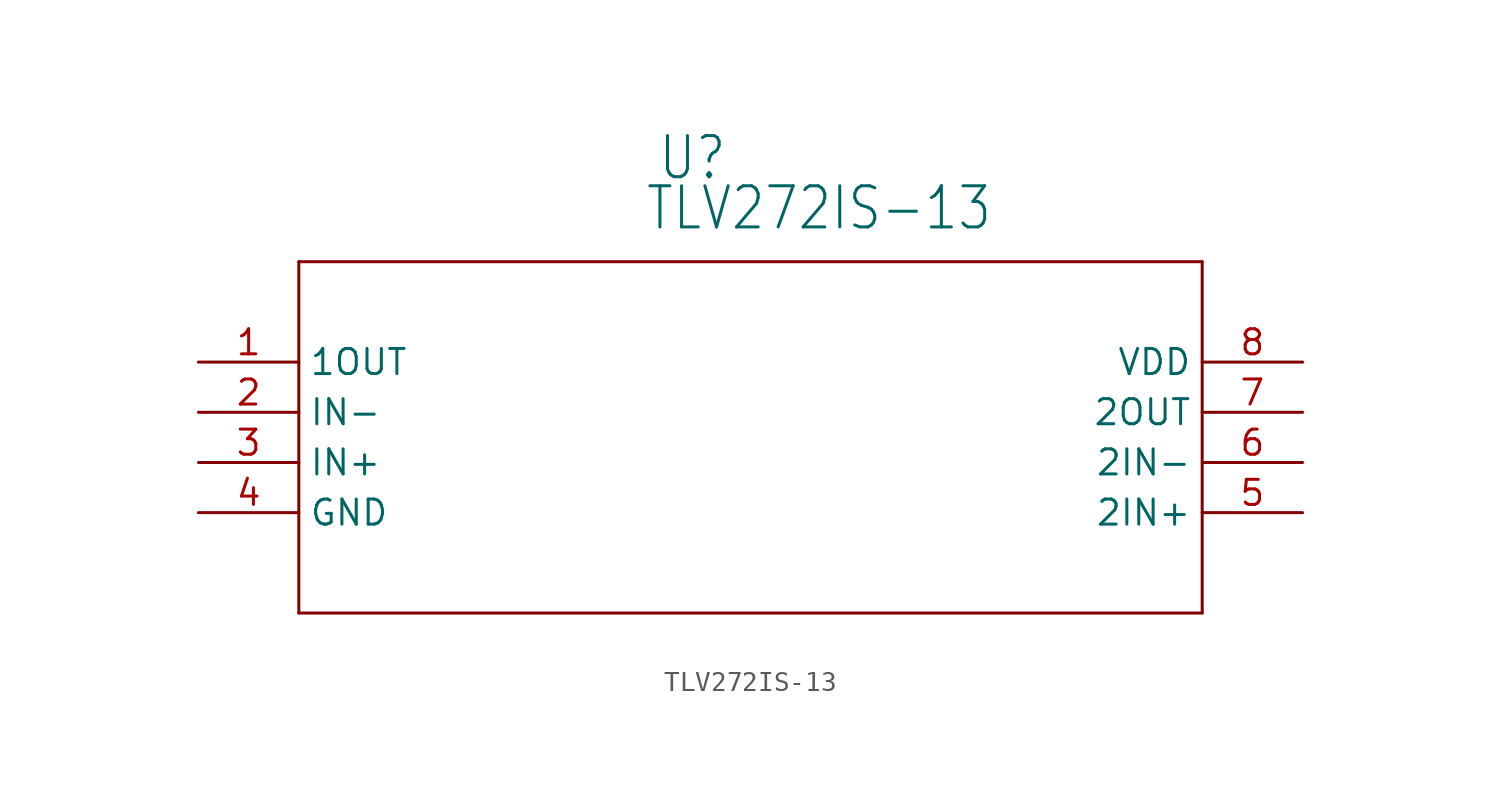
<source format=kicad_sym>
(kicad_symbol_lib
  (version 20211014)
  (generator kicad_symbol_editor)
  (symbol "TLV272IS-13"
    (property "Reference" "U"
      (at 25.756 9.119 0)
      (effects (font (size 2.083 1.77)) (justify left bottom)))
    (property "Value" "TLV272IS-13"
      (at 25.121 6.579 0)
      (effects (font (size 2.083 1.77)) (justify left bottom)))
    (property "ki_locked" ""
      (at 0 0 0)
      (effects (font (size 1.27 1.27))))
    (symbol "TLV272IS-13_1_0"
      (polyline (pts (xy 7.62 -12.7) (xy 53.34 -12.7)) (stroke (width 0.152) (type default) (color 0 0 0 0)) (fill (type none)))
      (polyline (pts (xy 7.62 5.08) (xy 7.62 -12.7)) (stroke (width 0.152) (type default) (color 0 0 0 0)) (fill (type none)))
      (polyline (pts (xy 53.34 -12.7) (xy 53.34 5.08)) (stroke (width 0.152) (type default) (color 0 0 0 0)) (fill (type none)))
      (polyline (pts (xy 53.34 5.08) (xy 7.62 5.08)) (stroke (width 0.152) (type default) (color 0 0 0 0)) (fill (type none)))
      (pin output line (at 2.54 0 0) (length 5.08) (name "1OUT" (effects (font (size 1.27 1.27)))) (number "1" (effects (font (size 1.27 1.27)))))
      (pin input line (at 2.54 -2.54 0) (length 5.08) (name "IN-" (effects (font (size 1.27 1.27)))) (number "2" (effects (font (size 1.27 1.27)))))
      (pin input line (at 2.54 -5.08 0) (length 5.08) (name "IN+" (effects (font (size 1.27 1.27)))) (number "3" (effects (font (size 1.27 1.27)))))
      (pin power_in line (at 2.54 -7.62 0) (length 5.08) (name "GND" (effects (font (size 1.27 1.27)))) (number "4" (effects (font (size 1.27 1.27)))))
      (pin input line (at 58.42 -7.62 180) (length 5.08) (name "2IN+" (effects (font (size 1.27 1.27)))) (number "5" (effects (font (size 1.27 1.27)))))
      (pin input line (at 58.42 -5.08 180) (length 5.08) (name "2IN-" (effects (font (size 1.27 1.27)))) (number "6" (effects (font (size 1.27 1.27)))))
      (pin output line (at 58.42 -2.54 180) (length 5.08) (name "2OUT" (effects (font (size 1.27 1.27)))) (number "7" (effects (font (size 1.27 1.27)))))
      (pin power_in line (at 58.42 0 180) (length 5.08) (name "VDD" (effects (font (size 1.27 1.27)))) (number "8" (effects (font (size 1.27 1.27))))))))
</source>
